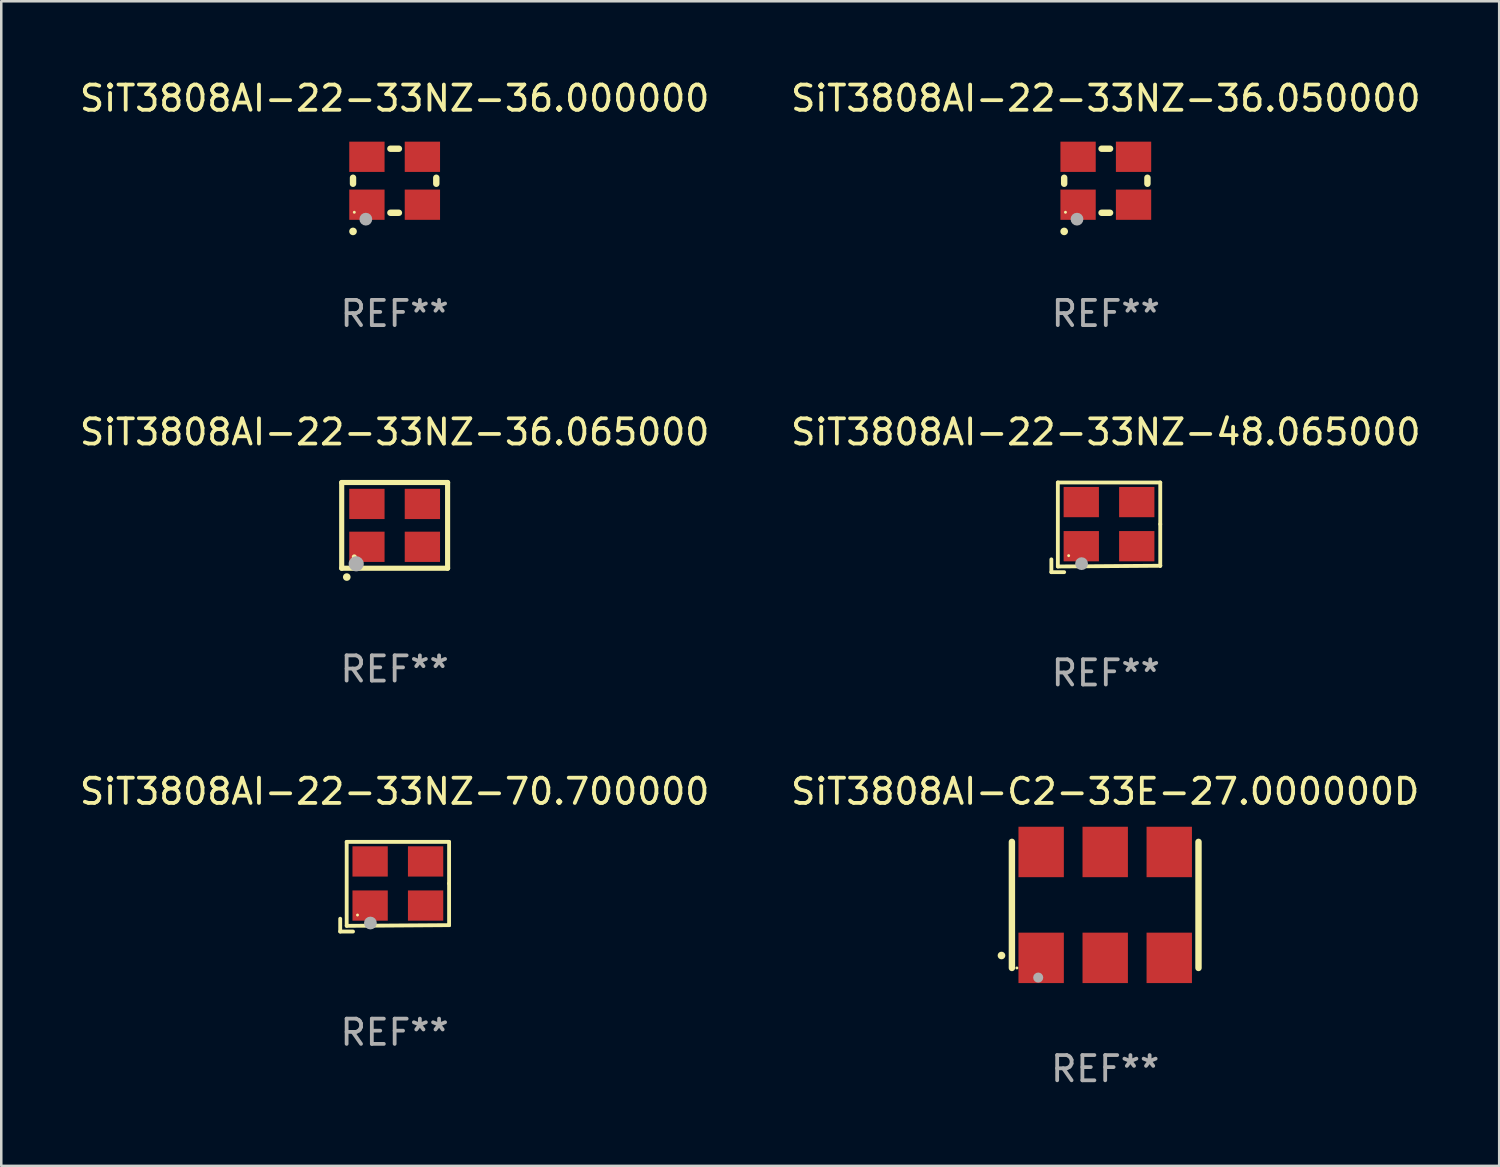
<source format=kicad_pcb>
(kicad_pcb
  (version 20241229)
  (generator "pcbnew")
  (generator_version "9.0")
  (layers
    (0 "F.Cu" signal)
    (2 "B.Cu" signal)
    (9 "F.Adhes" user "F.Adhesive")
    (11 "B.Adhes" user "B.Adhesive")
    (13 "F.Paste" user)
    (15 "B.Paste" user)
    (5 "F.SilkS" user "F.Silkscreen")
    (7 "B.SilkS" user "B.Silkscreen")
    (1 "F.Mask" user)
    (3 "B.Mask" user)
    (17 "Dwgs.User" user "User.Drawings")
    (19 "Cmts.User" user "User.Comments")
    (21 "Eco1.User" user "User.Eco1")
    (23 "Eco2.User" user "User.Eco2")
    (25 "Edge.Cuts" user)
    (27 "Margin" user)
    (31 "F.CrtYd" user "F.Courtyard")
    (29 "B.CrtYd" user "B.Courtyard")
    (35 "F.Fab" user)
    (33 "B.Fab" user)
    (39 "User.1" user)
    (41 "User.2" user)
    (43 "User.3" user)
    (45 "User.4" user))
  (footprint "SiT3808AI-22-33NZ-48.065000"
    (layer "F.Cu")
    (at 40.804 17.863)
    (property "Reference" "SiT3808AI-22-33NZ-48.065000" (at 0 -3.778 0) (layer "F.SilkS") (effects (font (size 1 1) (thickness 0.15))))
    (attr through_hole)
    (fp_line (start -2.159 1.27) (end -2.159 1.778) (stroke (width 0.152) (type solid)) (layer "F.SilkS"))
    (fp_line (start -2.159 1.778) (end -1.651 1.778) (stroke (width 0.152) (type solid)) (layer "F.SilkS"))
    (fp_line (start -1.902 -1.778) (end 2.159 -1.778) (stroke (width 0.152) (type solid)) (layer "F.SilkS"))
    (fp_line (start -1.902 1.552) (end -1.902 -1.778) (stroke (width 0.152) (type solid)) (layer "F.SilkS"))
    (fp_line (start 2.159 -1.778) (end 2.159 -0.127) (stroke (width 0.152) (type solid)) (layer "F.SilkS"))
    (fp_line (start 2.159 -0.127) (end 2.159 1.524) (stroke (width 0.152) (type solid)) (layer "F.SilkS"))
    (fp_line (start 2.159 1.524) (end -1.902 1.552) (stroke (width 0.152) (type solid)) (layer "F.SilkS"))
    (fp_line (start 2.159 1.524) (end 2.159 1.524) (stroke (width 0.152) (type solid)) (layer "F.SilkS"))
    (fp_circle (center -1.473 1.123) (end -1.443 1.123) (stroke (width 0.06) (type solid)) (fill no) (layer "F.SilkS"))
    (fp_circle (center -0.961 1.44) (end -0.834 1.44) (stroke (width 0.254) (type solid)) (fill no) (layer "F.Fab"))
    (fp_text user "REF**" (at 0 5.778 0) (layer "F.Fab") (effects (font (size 1 1) (thickness 0.15))))
    (pad "1" smd rect (at -0.973 0.748) (size 1.4 1.2) (layers "F.Cu" "F.Mask" "F.Paste"))
    (pad "2" smd rect (at 1.227 0.748) (size 1.4 1.2) (layers "F.Cu" "F.Mask" "F.Paste"))
    (pad "3" smd rect (at 1.227 -1.002) (size 1.4 1.2) (layers "F.Cu" "F.Mask" "F.Paste"))
    (pad "4" smd rect (at -0.973 -1.002) (size 1.4 1.2) (layers "F.Cu" "F.Mask" "F.Paste")))
  (footprint "SiT3808AI-22-33NZ-70.700000"
    (layer "F.Cu")
    (at 12.601 32.115)
    (property "Reference" "SiT3808AI-22-33NZ-70.700000" (at 0 -3.778 0) (layer "F.SilkS") (effects (font (size 1 1) (thickness 0.15))))
    (attr through_hole)
    (fp_line (start -2.159 1.27) (end -2.159 1.778) (stroke (width 0.152) (type solid)) (layer "F.SilkS"))
    (fp_line (start -2.159 1.778) (end -1.651 1.778) (stroke (width 0.152) (type solid)) (layer "F.SilkS"))
    (fp_line (start -1.902 -1.778) (end 2.159 -1.778) (stroke (width 0.152) (type solid)) (layer "F.SilkS"))
    (fp_line (start -1.902 1.552) (end -1.902 -1.778) (stroke (width 0.152) (type solid)) (layer "F.SilkS"))
    (fp_line (start 2.159 -1.778) (end 2.159 -0.127) (stroke (width 0.152) (type solid)) (layer "F.SilkS"))
    (fp_line (start 2.159 -0.127) (end 2.159 1.524) (stroke (width 0.152) (type solid)) (layer "F.SilkS"))
    (fp_line (start 2.159 1.524) (end -1.902 1.552) (stroke (width 0.152) (type solid)) (layer "F.SilkS"))
    (fp_line (start 2.159 1.524) (end 2.159 1.524) (stroke (width 0.152) (type solid)) (layer "F.SilkS"))
    (fp_circle (center -1.473 1.123) (end -1.443 1.123) (stroke (width 0.06) (type solid)) (fill no) (layer "F.SilkS"))
    (fp_circle (center -0.961 1.44) (end -0.834 1.44) (stroke (width 0.254) (type solid)) (fill no) (layer "F.Fab"))
    (fp_text user "REF**" (at 0 5.778 0) (layer "F.Fab") (effects (font (size 1 1) (thickness 0.15))))
    (pad "1" smd rect (at -0.973 0.748) (size 1.4 1.2) (layers "F.Cu" "F.Mask" "F.Paste"))
    (pad "2" smd rect (at 1.227 0.748) (size 1.4 1.2) (layers "F.Cu" "F.Mask" "F.Paste"))
    (pad "3" smd rect (at 1.227 -1.002) (size 1.4 1.2) (layers "F.Cu" "F.Mask" "F.Paste"))
    (pad "4" smd rect (at -0.973 -1.002) (size 1.4 1.2) (layers "F.Cu" "F.Mask" "F.Paste")))
  (footprint "SiT3808AI-C2-33E-27.000000D"
    (layer "F.Cu")
    (at 40.78 32.837)
    (property "Reference" "SiT3808AI-C2-33E-27.000000D" (at 0 -4.5 0) (layer "F.SilkS") (effects (font (size 1 1) (thickness 0.15))))
    (attr through_hole)
    (fp_line (start -3.7 -2.5) (end -3.7 2.5) (stroke (width 0.254) (type solid)) (layer "F.SilkS"))
    (fp_line (start 3.7 -2.5) (end 3.7 2.5) (stroke (width 0.254) (type solid)) (layer "F.SilkS"))
    (fp_arc (start -4.114415 2.006604) (mid -4.113145 2.006599) (end -4.111875 2.006604) (stroke (width 0.3) (type solid)) (layer "F.SilkS"))
    (fp_circle (center -3.502 2.5) (end -3.472 2.5) (stroke (width 0.06) (type solid)) (fill no) (layer "F.SilkS"))
    (fp_circle (center -2.657 2.882) (end -2.557 2.882) (stroke (width 0.2) (type solid)) (fill no) (layer "F.Fab"))
    (fp_text user "REF**" (at 0 6.5 0) (layer "F.Fab") (effects (font (size 1 1) (thickness 0.15))))
    (pad "1" smd rect (at -2.54 2.1) (size 1.8 2) (layers "F.Cu" "F.Mask" "F.Paste"))
    (pad "2" smd rect (at 0.000394 2.1) (size 1.8 2) (layers "F.Cu" "F.Mask" "F.Paste"))
    (pad "3" smd rect (at 2.54 2.1) (size 1.8 2) (layers "F.Cu" "F.Mask" "F.Paste"))
    (pad "4" smd rect (at 2.54 -2.1) (size 1.8 2) (layers "F.Cu" "F.Mask" "F.Paste"))
    (pad "5" smd rect (at 0.000394 -2.1) (size 1.8 2) (layers "F.Cu" "F.Mask" "F.Paste"))
    (pad "6" smd rect (at -2.54 -2.1) (size 1.8 2) (layers "F.Cu" "F.Mask" "F.Paste")))
  (footprint "SiT3808AI-22-33NZ-36.000000"
    (layer "F.Cu")
    (at 12.601 4.118)
    (property "Reference" "SiT3808AI-22-33NZ-36.000000" (at 0 -3.27 0) (layer "F.SilkS") (effects (font (size 1 1) (thickness 0.15))))
    (attr through_hole)
    (fp_line (start -1.651 -0.119) (end -1.651 0.119) (stroke (width 0.254) (type solid)) (layer "F.SilkS"))
    (fp_line (start -0.169 -1.27) (end 0.169 -1.27) (stroke (width 0.254) (type solid)) (layer "F.SilkS"))
    (fp_line (start -0.169 1.27) (end 0.169 1.27) (stroke (width 0.254) (type solid)) (layer "F.SilkS"))
    (fp_line (start 1.651 -0.119) (end 1.651 0.119) (stroke (width 0.254) (type solid)) (layer "F.SilkS"))
    (fp_arc (start -1.652273 2.008992) (mid -1.651003 2.008987) (end -1.649733 2.008992) (stroke (width 0.3) (type solid)) (layer "F.SilkS"))
    (fp_circle (center -1.6 1.25) (end -1.57 1.25) (stroke (width 0.06) (type solid)) (fill no) (layer "F.SilkS"))
    (fp_circle (center -1.143 1.524) (end -1.016 1.524) (stroke (width 0.254) (type solid)) (fill no) (layer "F.Fab"))
    (fp_text user "REF**" (at 0 5.27 0) (layer "F.Fab") (effects (font (size 1 1) (thickness 0.15))))
    (pad "1" smd rect (at -1.1 0.95) (size 1.4 1.2) (layers "F.Cu" "F.Mask" "F.Paste"))
    (pad "2" smd rect (at 1.1 0.95) (size 1.4 1.2) (layers "F.Cu" "F.Mask" "F.Paste"))
    (pad "3" smd rect (at 1.1 -0.95) (size 1.4 1.2) (layers "F.Cu" "F.Mask" "F.Paste"))
    (pad "4" smd rect (at -1.1 -0.95) (size 1.4 1.2) (layers "F.Cu" "F.Mask" "F.Paste")))
  (footprint "SiT3808AI-22-33NZ-36.065000"
    (layer "F.Cu")
    (at 12.601 17.785)
    (property "Reference" "SiT3808AI-22-33NZ-36.065000" (at 0 -3.7 0) (layer "F.SilkS") (effects (font (size 1 1) (thickness 0.15))))
    (attr through_hole)
    (fp_line (start -2.1 -1.7) (end -2.1 1.7) (stroke (width 0.203) (type solid)) (layer "F.SilkS"))
    (fp_line (start -2.1 1.7) (end 2.1 1.7) (stroke (width 0.203) (type solid)) (layer "F.SilkS"))
    (fp_line (start 2.1 -1.7) (end -2.1 -1.7) (stroke (width 0.203) (type solid)) (layer "F.SilkS"))
    (fp_line (start 2.1 1.7) (end 2.1 -1.7) (stroke (width 0.203) (type solid)) (layer "F.SilkS"))
    (fp_arc (start -1.899924 2.049784) (mid -1.898654 2.049779) (end -1.897384 2.049784) (stroke (width 0.3) (type solid)) (layer "F.SilkS"))
    (fp_circle (center -1.6 1.25) (end -1.55 1.25) (stroke (width 0.1) (type solid)) (fill no) (layer "F.SilkS"))
    (fp_circle (center -1.524 1.524) (end -1.374 1.524) (stroke (width 0.3) (type solid)) (fill no) (layer "F.Fab"))
    (fp_text user "REF**" (at 0 5.7 0) (layer "F.Fab") (effects (font (size 1 1) (thickness 0.15))))
    (pad "1" smd rect (at -1.1 0.85) (size 1.4 1.2) (layers "F.Cu" "F.Mask" "F.Paste"))
    (pad "2" smd rect (at 1.1 0.85) (size 1.4 1.2) (layers "F.Cu" "F.Mask" "F.Paste"))
    (pad "3" smd rect (at 1.1 -0.85) (size 1.4 1.2) (layers "F.Cu" "F.Mask" "F.Paste"))
    (pad "4" smd rect (at -1.1 -0.85) (size 1.4 1.2) (layers "F.Cu" "F.Mask" "F.Paste")))
  (footprint "SiT3808AI-22-33NZ-36.050000"
    (layer "F.Cu")
    (at 40.804 4.118)
    (property "Reference" "SiT3808AI-22-33NZ-36.050000" (at 0 -3.27 0) (layer "F.SilkS") (effects (font (size 1 1) (thickness 0.15))))
    (attr through_hole)
    (fp_line (start -1.651 -0.119) (end -1.651 0.119) (stroke (width 0.254) (type solid)) (layer "F.SilkS"))
    (fp_line (start -0.169 -1.27) (end 0.169 -1.27) (stroke (width 0.254) (type solid)) (layer "F.SilkS"))
    (fp_line (start -0.169 1.27) (end 0.169 1.27) (stroke (width 0.254) (type solid)) (layer "F.SilkS"))
    (fp_line (start 1.651 -0.119) (end 1.651 0.119) (stroke (width 0.254) (type solid)) (layer "F.SilkS"))
    (fp_arc (start -1.652273 2.008992) (mid -1.651003 2.008987) (end -1.649733 2.008992) (stroke (width 0.3) (type solid)) (layer "F.SilkS"))
    (fp_circle (center -1.6 1.25) (end -1.57 1.25) (stroke (width 0.06) (type solid)) (fill no) (layer "F.SilkS"))
    (fp_circle (center -1.143 1.524) (end -1.016 1.524) (stroke (width 0.254) (type solid)) (fill no) (layer "F.Fab"))
    (fp_text user "REF**" (at 0 5.27 0) (layer "F.Fab") (effects (font (size 1 1) (thickness 0.15))))
    (pad "1" smd rect (at -1.1 0.95) (size 1.4 1.2) (layers "F.Cu" "F.Mask" "F.Paste"))
    (pad "2" smd rect (at 1.1 0.95) (size 1.4 1.2) (layers "F.Cu" "F.Mask" "F.Paste"))
    (pad "3" smd rect (at 1.1 -0.95) (size 1.4 1.2) (layers "F.Cu" "F.Mask" "F.Paste"))
    (pad "4" smd rect (at -1.1 -0.95) (size 1.4 1.2) (layers "F.Cu" "F.Mask" "F.Paste")))
  (gr_rect
    (start -3 -3)
    (end 56.405 43.186)
    (stroke (width 0.1) (type default))
    (fill no)
    (layer "Edge.Cuts")))
</source>
